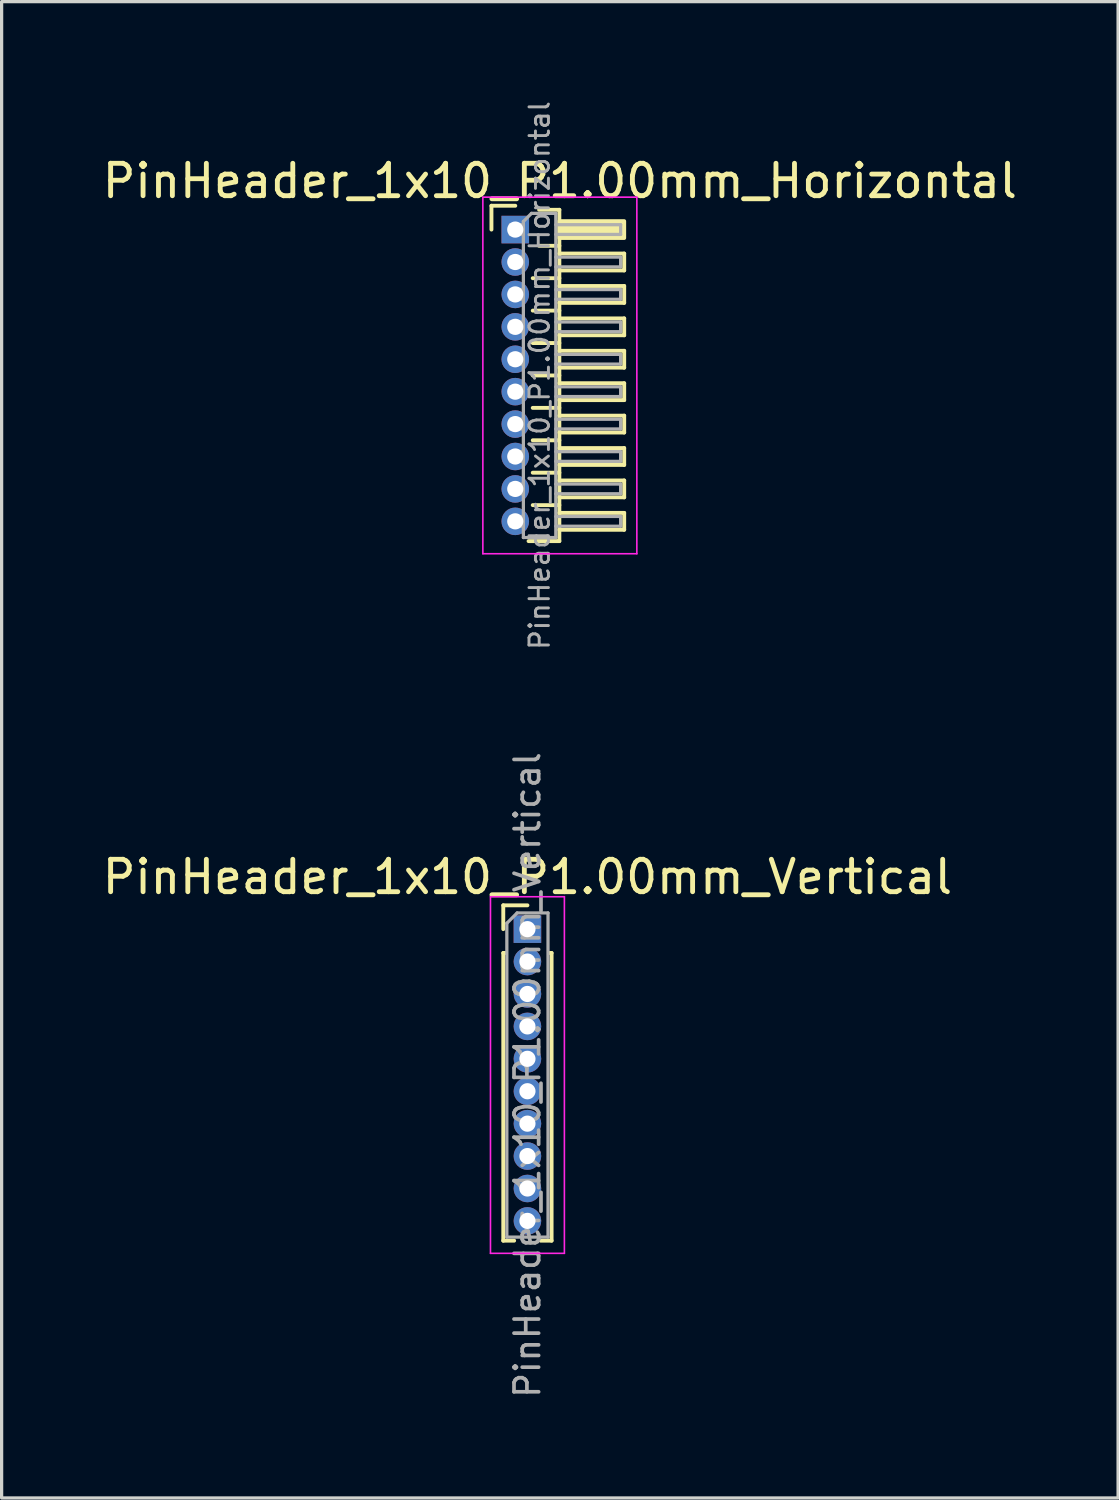
<source format=kicad_pcb>
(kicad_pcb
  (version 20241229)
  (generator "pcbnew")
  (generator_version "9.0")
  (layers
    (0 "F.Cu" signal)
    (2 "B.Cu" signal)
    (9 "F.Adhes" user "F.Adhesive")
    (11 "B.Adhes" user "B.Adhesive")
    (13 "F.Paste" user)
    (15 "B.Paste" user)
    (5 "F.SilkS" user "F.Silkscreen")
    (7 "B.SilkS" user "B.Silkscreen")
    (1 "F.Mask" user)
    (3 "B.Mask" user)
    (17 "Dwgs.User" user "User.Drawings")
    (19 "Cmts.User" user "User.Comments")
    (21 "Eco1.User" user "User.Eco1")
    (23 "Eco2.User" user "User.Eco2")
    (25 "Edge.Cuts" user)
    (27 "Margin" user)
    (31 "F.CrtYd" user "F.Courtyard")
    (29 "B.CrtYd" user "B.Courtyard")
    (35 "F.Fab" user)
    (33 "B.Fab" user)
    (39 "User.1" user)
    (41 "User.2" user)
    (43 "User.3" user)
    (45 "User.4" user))
  (footprint "PinHeader_1x10_P1.00mm_Horizontal"
    (layer "F.Cu")
    (at 12.845 4.032)
    (property "Reference" "PinHeader_1x10_P1.00mm_Horizontal" (at 1.375 -1.5 0) (layer "F.SilkS") (effects (font (size 1 1) (thickness 0.15))))
    (attr through_hole)
    (fp_line (start -0.735 -0.735) (end 0 -0.735) (stroke (width 0.12) (type solid)) (layer "F.SilkS"))
    (fp_line (start -0.735 0) (end -0.735 -0.735) (stroke (width 0.12) (type solid)) (layer "F.SilkS"))
    (fp_line (start 0.539 1.5) (end 1.36 1.5) (stroke (width 0.12) (type solid)) (layer "F.SilkS"))
    (fp_line (start 0.539 2.5) (end 1.36 2.5) (stroke (width 0.12) (type solid)) (layer "F.SilkS"))
    (fp_line (start 0.539 3.5) (end 1.36 3.5) (stroke (width 0.12) (type solid)) (layer "F.SilkS"))
    (fp_line (start 0.539 4.5) (end 1.36 4.5) (stroke (width 0.12) (type solid)) (layer "F.SilkS"))
    (fp_line (start 0.539 5.5) (end 1.36 5.5) (stroke (width 0.12) (type solid)) (layer "F.SilkS"))
    (fp_line (start 0.539 6.5) (end 1.36 6.5) (stroke (width 0.12) (type solid)) (layer "F.SilkS"))
    (fp_line (start 0.539 7.5) (end 1.36 7.5) (stroke (width 0.12) (type solid)) (layer "F.SilkS"))
    (fp_line (start 0.539 8.5) (end 1.36 8.5) (stroke (width 0.12) (type solid)) (layer "F.SilkS"))
    (fp_line (start 0.735 -0.61) (end 1.36 -0.61) (stroke (width 0.12) (type solid)) (layer "F.SilkS"))
    (fp_line (start 0.735 0.5) (end 1.36 0.5) (stroke (width 0.12) (type solid)) (layer "F.SilkS"))
    (fp_line (start 1.36 -0.61) (end 1.36 9.61) (stroke (width 0.12) (type solid)) (layer "F.SilkS"))
    (fp_line (start 1.36 0.74) (end 3.36 0.74) (stroke (width 0.12) (type solid)) (layer "F.SilkS"))
    (fp_line (start 1.36 1.74) (end 3.36 1.74) (stroke (width 0.12) (type solid)) (layer "F.SilkS"))
    (fp_line (start 1.36 2.74) (end 3.36 2.74) (stroke (width 0.12) (type solid)) (layer "F.SilkS"))
    (fp_line (start 1.36 3.74) (end 3.36 3.74) (stroke (width 0.12) (type solid)) (layer "F.SilkS"))
    (fp_line (start 1.36 4.74) (end 3.36 4.74) (stroke (width 0.12) (type solid)) (layer "F.SilkS"))
    (fp_line (start 1.36 5.74) (end 3.36 5.74) (stroke (width 0.12) (type solid)) (layer "F.SilkS"))
    (fp_line (start 1.36 6.74) (end 3.36 6.74) (stroke (width 0.12) (type solid)) (layer "F.SilkS"))
    (fp_line (start 1.36 7.74) (end 3.36 7.74) (stroke (width 0.12) (type solid)) (layer "F.SilkS"))
    (fp_line (start 1.36 8.74) (end 3.36 8.74) (stroke (width 0.12) (type solid)) (layer "F.SilkS"))
    (fp_line (start 1.36 9.61) (end 0.41 9.61) (stroke (width 0.12) (type solid)) (layer "F.SilkS"))
    (fp_line (start 3.36 0.74) (end 3.36 1.26) (stroke (width 0.12) (type solid)) (layer "F.SilkS"))
    (fp_line (start 3.36 1.26) (end 1.36 1.26) (stroke (width 0.12) (type solid)) (layer "F.SilkS"))
    (fp_line (start 3.36 1.74) (end 3.36 2.26) (stroke (width 0.12) (type solid)) (layer "F.SilkS"))
    (fp_line (start 3.36 2.26) (end 1.36 2.26) (stroke (width 0.12) (type solid)) (layer "F.SilkS"))
    (fp_line (start 3.36 2.74) (end 3.36 3.26) (stroke (width 0.12) (type solid)) (layer "F.SilkS"))
    (fp_line (start 3.36 3.26) (end 1.36 3.26) (stroke (width 0.12) (type solid)) (layer "F.SilkS"))
    (fp_line (start 3.36 3.74) (end 3.36 4.26) (stroke (width 0.12) (type solid)) (layer "F.SilkS"))
    (fp_line (start 3.36 4.26) (end 1.36 4.26) (stroke (width 0.12) (type solid)) (layer "F.SilkS"))
    (fp_line (start 3.36 4.74) (end 3.36 5.26) (stroke (width 0.12) (type solid)) (layer "F.SilkS"))
    (fp_line (start 3.36 5.26) (end 1.36 5.26) (stroke (width 0.12) (type solid)) (layer "F.SilkS"))
    (fp_line (start 3.36 5.74) (end 3.36 6.26) (stroke (width 0.12) (type solid)) (layer "F.SilkS"))
    (fp_line (start 3.36 6.26) (end 1.36 6.26) (stroke (width 0.12) (type solid)) (layer "F.SilkS"))
    (fp_line (start 3.36 6.74) (end 3.36 7.26) (stroke (width 0.12) (type solid)) (layer "F.SilkS"))
    (fp_line (start 3.36 7.26) (end 1.36 7.26) (stroke (width 0.12) (type solid)) (layer "F.SilkS"))
    (fp_line (start 3.36 7.74) (end 3.36 8.26) (stroke (width 0.12) (type solid)) (layer "F.SilkS"))
    (fp_line (start 3.36 8.26) (end 1.36 8.26) (stroke (width 0.12) (type solid)) (layer "F.SilkS"))
    (fp_line (start 3.36 8.74) (end 3.36 9.26) (stroke (width 0.12) (type solid)) (layer "F.SilkS"))
    (fp_line (start 3.36 9.26) (end 1.36 9.26) (stroke (width 0.12) (type solid)) (layer "F.SilkS"))
    (fp_rect (start 1.36 -0.26) (end 3.36 0.26) (stroke (width 0.12) (type solid)) (fill yes) (layer "F.SilkS"))
    (fp_line (start -1 -1) (end -1 10) (stroke (width 0.05) (type solid)) (layer "F.CrtYd"))
    (fp_line (start -1 10) (end 3.75 10) (stroke (width 0.05) (type solid)) (layer "F.CrtYd"))
    (fp_line (start 3.75 -1) (end -1 -1) (stroke (width 0.05) (type solid)) (layer "F.CrtYd"))
    (fp_line (start 3.75 10) (end 3.75 -1) (stroke (width 0.05) (type solid)) (layer "F.CrtYd"))
    (fp_line (start -0.15 -0.15) (end -0.15 0.15) (stroke (width 0.1) (type solid)) (layer "F.Fab"))
    (fp_line (start -0.15 -0.15) (end 0.25 -0.15) (stroke (width 0.1) (type solid)) (layer "F.Fab"))
    (fp_line (start -0.15 0.15) (end 0.25 0.15) (stroke (width 0.1) (type solid)) (layer "F.Fab"))
    (fp_line (start -0.15 0.85) (end -0.15 1.15) (stroke (width 0.1) (type solid)) (layer "F.Fab"))
    (fp_line (start -0.15 0.85) (end 0.25 0.85) (stroke (width 0.1) (type solid)) (layer "F.Fab"))
    (fp_line (start -0.15 1.15) (end 0.25 1.15) (stroke (width 0.1) (type solid)) (layer "F.Fab"))
    (fp_line (start -0.15 1.85) (end -0.15 2.15) (stroke (width 0.1) (type solid)) (layer "F.Fab"))
    (fp_line (start -0.15 1.85) (end 0.25 1.85) (stroke (width 0.1) (type solid)) (layer "F.Fab"))
    (fp_line (start -0.15 2.15) (end 0.25 2.15) (stroke (width 0.1) (type solid)) (layer "F.Fab"))
    (fp_line (start -0.15 2.85) (end -0.15 3.15) (stroke (width 0.1) (type solid)) (layer "F.Fab"))
    (fp_line (start -0.15 2.85) (end 0.25 2.85) (stroke (width 0.1) (type solid)) (layer "F.Fab"))
    (fp_line (start -0.15 3.15) (end 0.25 3.15) (stroke (width 0.1) (type solid)) (layer "F.Fab"))
    (fp_line (start -0.15 3.85) (end -0.15 4.15) (stroke (width 0.1) (type solid)) (layer "F.Fab"))
    (fp_line (start -0.15 3.85) (end 0.25 3.85) (stroke (width 0.1) (type solid)) (layer "F.Fab"))
    (fp_line (start -0.15 4.15) (end 0.25 4.15) (stroke (width 0.1) (type solid)) (layer "F.Fab"))
    (fp_line (start -0.15 4.85) (end -0.15 5.15) (stroke (width 0.1) (type solid)) (layer "F.Fab"))
    (fp_line (start -0.15 4.85) (end 0.25 4.85) (stroke (width 0.1) (type solid)) (layer "F.Fab"))
    (fp_line (start -0.15 5.15) (end 0.25 5.15) (stroke (width 0.1) (type solid)) (layer "F.Fab"))
    (fp_line (start -0.15 5.85) (end -0.15 6.15) (stroke (width 0.1) (type solid)) (layer "F.Fab"))
    (fp_line (start -0.15 5.85) (end 0.25 5.85) (stroke (width 0.1) (type solid)) (layer "F.Fab"))
    (fp_line (start -0.15 6.15) (end 0.25 6.15) (stroke (width 0.1) (type solid)) (layer "F.Fab"))
    (fp_line (start -0.15 6.85) (end -0.15 7.15) (stroke (width 0.1) (type solid)) (layer "F.Fab"))
    (fp_line (start -0.15 6.85) (end 0.25 6.85) (stroke (width 0.1) (type solid)) (layer "F.Fab"))
    (fp_line (start -0.15 7.15) (end 0.25 7.15) (stroke (width 0.1) (type solid)) (layer "F.Fab"))
    (fp_line (start -0.15 7.85) (end -0.15 8.15) (stroke (width 0.1) (type solid)) (layer "F.Fab"))
    (fp_line (start -0.15 7.85) (end 0.25 7.85) (stroke (width 0.1) (type solid)) (layer "F.Fab"))
    (fp_line (start -0.15 8.15) (end 0.25 8.15) (stroke (width 0.1) (type solid)) (layer "F.Fab"))
    (fp_line (start -0.15 8.85) (end -0.15 9.15) (stroke (width 0.1) (type solid)) (layer "F.Fab"))
    (fp_line (start -0.15 8.85) (end 0.25 8.85) (stroke (width 0.1) (type solid)) (layer "F.Fab"))
    (fp_line (start -0.15 9.15) (end 0.25 9.15) (stroke (width 0.1) (type solid)) (layer "F.Fab"))
    (fp_line (start 0.25 -0.25) (end 0.5 -0.5) (stroke (width 0.1) (type solid)) (layer "F.Fab"))
    (fp_line (start 0.25 9.5) (end 0.25 -0.25) (stroke (width 0.1) (type solid)) (layer "F.Fab"))
    (fp_line (start 0.5 -0.5) (end 1.25 -0.5) (stroke (width 0.1) (type solid)) (layer "F.Fab"))
    (fp_line (start 1.25 -0.5) (end 1.25 9.5) (stroke (width 0.1) (type solid)) (layer "F.Fab"))
    (fp_line (start 1.25 -0.15) (end 3.25 -0.15) (stroke (width 0.1) (type solid)) (layer "F.Fab"))
    (fp_line (start 1.25 0.15) (end 3.25 0.15) (stroke (width 0.1) (type solid)) (layer "F.Fab"))
    (fp_line (start 1.25 0.85) (end 3.25 0.85) (stroke (width 0.1) (type solid)) (layer "F.Fab"))
    (fp_line (start 1.25 1.15) (end 3.25 1.15) (stroke (width 0.1) (type solid)) (layer "F.Fab"))
    (fp_line (start 1.25 1.85) (end 3.25 1.85) (stroke (width 0.1) (type solid)) (layer "F.Fab"))
    (fp_line (start 1.25 2.15) (end 3.25 2.15) (stroke (width 0.1) (type solid)) (layer "F.Fab"))
    (fp_line (start 1.25 2.85) (end 3.25 2.85) (stroke (width 0.1) (type solid)) (layer "F.Fab"))
    (fp_line (start 1.25 3.15) (end 3.25 3.15) (stroke (width 0.1) (type solid)) (layer "F.Fab"))
    (fp_line (start 1.25 3.85) (end 3.25 3.85) (stroke (width 0.1) (type solid)) (layer "F.Fab"))
    (fp_line (start 1.25 4.15) (end 3.25 4.15) (stroke (width 0.1) (type solid)) (layer "F.Fab"))
    (fp_line (start 1.25 4.85) (end 3.25 4.85) (stroke (width 0.1) (type solid)) (layer "F.Fab"))
    (fp_line (start 1.25 5.15) (end 3.25 5.15) (stroke (width 0.1) (type solid)) (layer "F.Fab"))
    (fp_line (start 1.25 5.85) (end 3.25 5.85) (stroke (width 0.1) (type solid)) (layer "F.Fab"))
    (fp_line (start 1.25 6.15) (end 3.25 6.15) (stroke (width 0.1) (type solid)) (layer "F.Fab"))
    (fp_line (start 1.25 6.85) (end 3.25 6.85) (stroke (width 0.1) (type solid)) (layer "F.Fab"))
    (fp_line (start 1.25 7.15) (end 3.25 7.15) (stroke (width 0.1) (type solid)) (layer "F.Fab"))
    (fp_line (start 1.25 7.85) (end 3.25 7.85) (stroke (width 0.1) (type solid)) (layer "F.Fab"))
    (fp_line (start 1.25 8.15) (end 3.25 8.15) (stroke (width 0.1) (type solid)) (layer "F.Fab"))
    (fp_line (start 1.25 8.85) (end 3.25 8.85) (stroke (width 0.1) (type solid)) (layer "F.Fab"))
    (fp_line (start 1.25 9.15) (end 3.25 9.15) (stroke (width 0.1) (type solid)) (layer "F.Fab"))
    (fp_line (start 1.25 9.5) (end 0.25 9.5) (stroke (width 0.1) (type solid)) (layer "F.Fab"))
    (fp_line (start 3.25 -0.15) (end 3.25 0.15) (stroke (width 0.1) (type solid)) (layer "F.Fab"))
    (fp_line (start 3.25 0.85) (end 3.25 1.15) (stroke (width 0.1) (type solid)) (layer "F.Fab"))
    (fp_line (start 3.25 1.85) (end 3.25 2.15) (stroke (width 0.1) (type solid)) (layer "F.Fab"))
    (fp_line (start 3.25 2.85) (end 3.25 3.15) (stroke (width 0.1) (type solid)) (layer "F.Fab"))
    (fp_line (start 3.25 3.85) (end 3.25 4.15) (stroke (width 0.1) (type solid)) (layer "F.Fab"))
    (fp_line (start 3.25 4.85) (end 3.25 5.15) (stroke (width 0.1) (type solid)) (layer "F.Fab"))
    (fp_line (start 3.25 5.85) (end 3.25 6.15) (stroke (width 0.1) (type solid)) (layer "F.Fab"))
    (fp_line (start 3.25 6.85) (end 3.25 7.15) (stroke (width 0.1) (type solid)) (layer "F.Fab"))
    (fp_line (start 3.25 7.85) (end 3.25 8.15) (stroke (width 0.1) (type solid)) (layer "F.Fab"))
    (fp_line (start 3.25 8.85) (end 3.25 9.15) (stroke (width 0.1) (type solid)) (layer "F.Fab"))
    (fp_text user "${REFERENCE}" (at 0.75 4.5 90) (layer "F.Fab") (effects (font (size 0.6 0.6) (thickness 0.09))))
    (pad "1" thru_hole rect (at 0 0) (size 0.85 0.85) (drill 0.5) (layers "*.Cu" "*.Mask"))
    (pad "2" thru_hole circle (at 0 1) (size 0.85 0.85) (drill 0.5) (layers "*.Cu" "*.Mask"))
    (pad "3" thru_hole circle (at 0 2) (size 0.85 0.85) (drill 0.5) (layers "*.Cu" "*.Mask"))
    (pad "4" thru_hole circle (at 0 3) (size 0.85 0.85) (drill 0.5) (layers "*.Cu" "*.Mask"))
    (pad "5" thru_hole circle (at 0 4) (size 0.85 0.85) (drill 0.5) (layers "*.Cu" "*.Mask"))
    (pad "6" thru_hole circle (at 0 5) (size 0.85 0.85) (drill 0.5) (layers "*.Cu" "*.Mask"))
    (pad "7" thru_hole circle (at 0 6) (size 0.85 0.85) (drill 0.5) (layers "*.Cu" "*.Mask"))
    (pad "8" thru_hole circle (at 0 7) (size 0.85 0.85) (drill 0.5) (layers "*.Cu" "*.Mask"))
    (pad "9" thru_hole circle (at 0 8) (size 0.85 0.85) (drill 0.5) (layers "*.Cu" "*.Mask"))
    (pad "10" thru_hole circle (at 0 9) (size 0.85 0.85) (drill 0.5) (layers "*.Cu" "*.Mask")))
  (footprint "PinHeader_1x10_P1.00mm_Vertical"
    (layer "F.Cu")
    (at 13.22 25.612)
    (property "Reference" "PinHeader_1x10_P1.00mm_Vertical" (at 0 -1.61 0) (layer "F.SilkS") (effects (font (size 1 1) (thickness 0.15))))
    (attr through_hole)
    (fp_line (start -0.745 -0.735) (end 0 -0.735) (stroke (width 0.12) (type solid)) (layer "F.SilkS"))
    (fp_line (start -0.745 0) (end -0.745 -0.735) (stroke (width 0.12) (type solid)) (layer "F.SilkS"))
    (fp_line (start -0.745 0.735) (end -0.745 9.61) (stroke (width 0.12) (type solid)) (layer "F.SilkS"))
    (fp_line (start -0.745 0.735) (end -0.686 0.735) (stroke (width 0.12) (type solid)) (layer "F.SilkS"))
    (fp_line (start -0.745 9.61) (end -0.41 9.61) (stroke (width 0.12) (type solid)) (layer "F.SilkS"))
    (fp_line (start 0.41 9.61) (end 0.745 9.61) (stroke (width 0.12) (type solid)) (layer "F.SilkS"))
    (fp_line (start 0.686 0.735) (end 0.745 0.735) (stroke (width 0.12) (type solid)) (layer "F.SilkS"))
    (fp_line (start 0.745 0.735) (end 0.745 9.61) (stroke (width 0.12) (type solid)) (layer "F.SilkS"))
    (fp_line (start -1.14 -1) (end -1.14 10) (stroke (width 0.05) (type solid)) (layer "F.CrtYd"))
    (fp_line (start -1.14 10) (end 1.14 10) (stroke (width 0.05) (type solid)) (layer "F.CrtYd"))
    (fp_line (start 1.14 -1) (end -1.14 -1) (stroke (width 0.05) (type solid)) (layer "F.CrtYd"))
    (fp_line (start 1.14 10) (end 1.14 -1) (stroke (width 0.05) (type solid)) (layer "F.CrtYd"))
    (fp_line (start -0.635 -0.182) (end -0.318 -0.5) (stroke (width 0.1) (type solid)) (layer "F.Fab"))
    (fp_line (start -0.635 9.5) (end -0.635 -0.182) (stroke (width 0.1) (type solid)) (layer "F.Fab"))
    (fp_line (start -0.318 -0.5) (end 0.635 -0.5) (stroke (width 0.1) (type solid)) (layer "F.Fab"))
    (fp_line (start 0.635 -0.5) (end 0.635 9.5) (stroke (width 0.1) (type solid)) (layer "F.Fab"))
    (fp_line (start 0.635 9.5) (end -0.635 9.5) (stroke (width 0.1) (type solid)) (layer "F.Fab"))
    (fp_text user "${REFERENCE}" (at 0 4.5 90) (layer "F.Fab") (effects (font (size 0.76 0.76) (thickness 0.114))))
    (pad "1" thru_hole rect (at 0 0) (size 0.85 0.85) (drill 0.5) (layers "*.Cu" "*.Mask"))
    (pad "2" thru_hole circle (at 0 1) (size 0.85 0.85) (drill 0.5) (layers "*.Cu" "*.Mask"))
    (pad "3" thru_hole circle (at 0 2) (size 0.85 0.85) (drill 0.5) (layers "*.Cu" "*.Mask"))
    (pad "4" thru_hole circle (at 0 3) (size 0.85 0.85) (drill 0.5) (layers "*.Cu" "*.Mask"))
    (pad "5" thru_hole circle (at 0 4) (size 0.85 0.85) (drill 0.5) (layers "*.Cu" "*.Mask"))
    (pad "6" thru_hole circle (at 0 5) (size 0.85 0.85) (drill 0.5) (layers "*.Cu" "*.Mask"))
    (pad "7" thru_hole circle (at 0 6) (size 0.85 0.85) (drill 0.5) (layers "*.Cu" "*.Mask"))
    (pad "8" thru_hole circle (at 0 7) (size 0.85 0.85) (drill 0.5) (layers "*.Cu" "*.Mask"))
    (pad "9" thru_hole circle (at 0 8) (size 0.85 0.85) (drill 0.5) (layers "*.Cu" "*.Mask"))
    (pad "10" thru_hole circle (at 0 9) (size 0.85 0.85) (drill 0.5) (layers "*.Cu" "*.Mask")))
  (gr_rect
    (start -3 -3)
    (end 31.44 43.159)
    (stroke (width 0.1) (type default))
    (fill no)
    (layer "Edge.Cuts")))
</source>
